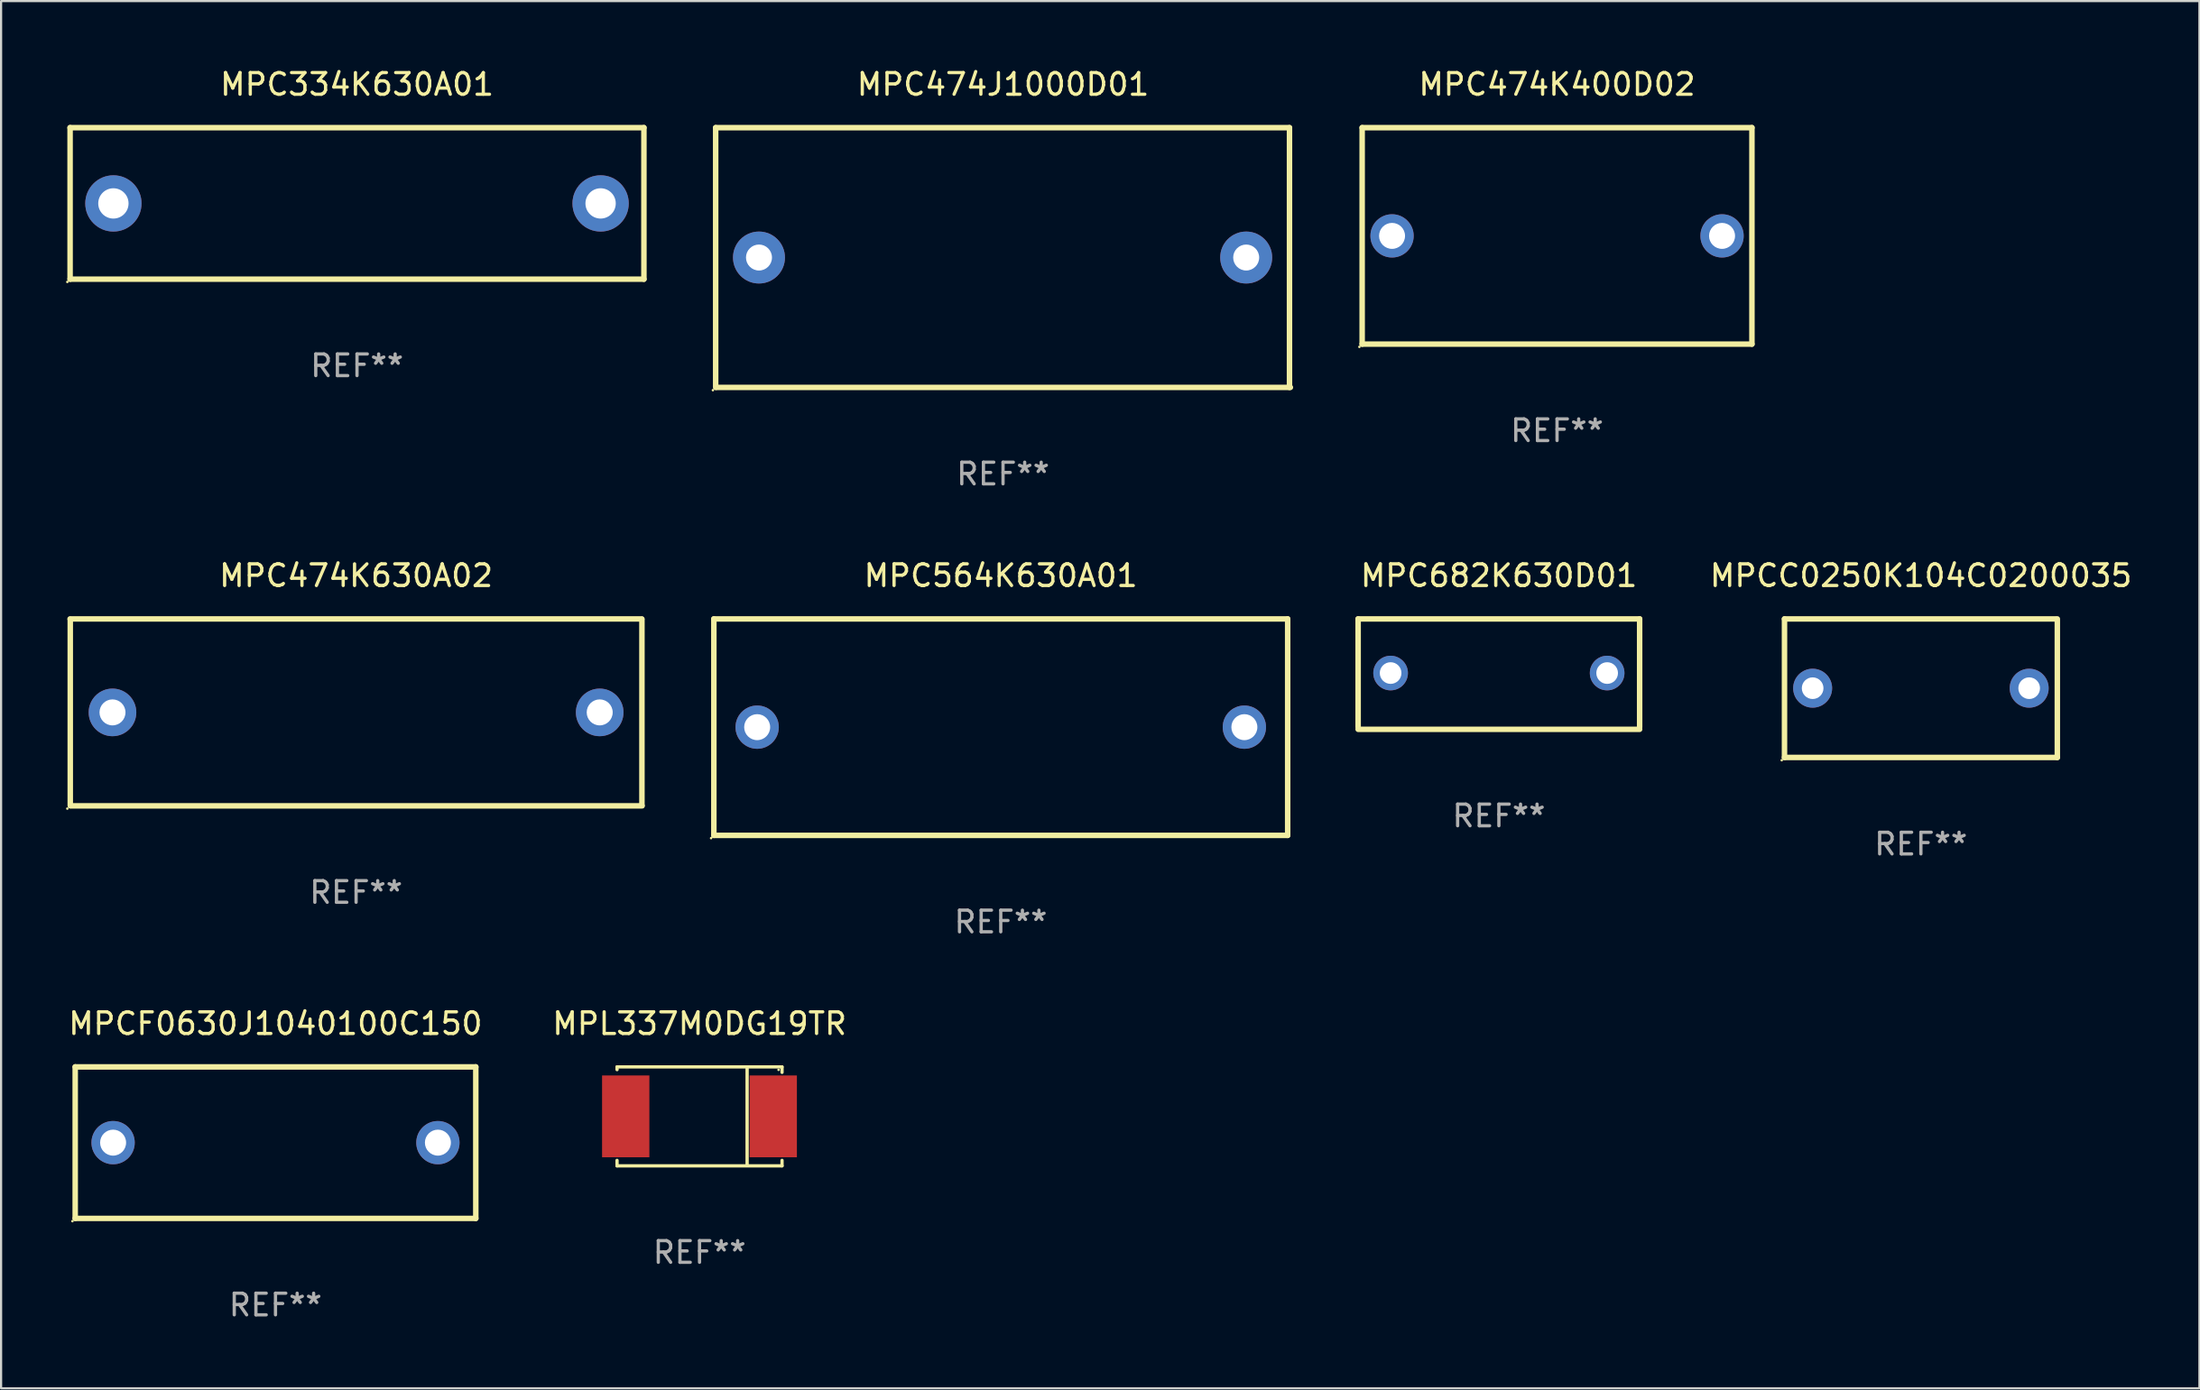
<source format=kicad_pcb>
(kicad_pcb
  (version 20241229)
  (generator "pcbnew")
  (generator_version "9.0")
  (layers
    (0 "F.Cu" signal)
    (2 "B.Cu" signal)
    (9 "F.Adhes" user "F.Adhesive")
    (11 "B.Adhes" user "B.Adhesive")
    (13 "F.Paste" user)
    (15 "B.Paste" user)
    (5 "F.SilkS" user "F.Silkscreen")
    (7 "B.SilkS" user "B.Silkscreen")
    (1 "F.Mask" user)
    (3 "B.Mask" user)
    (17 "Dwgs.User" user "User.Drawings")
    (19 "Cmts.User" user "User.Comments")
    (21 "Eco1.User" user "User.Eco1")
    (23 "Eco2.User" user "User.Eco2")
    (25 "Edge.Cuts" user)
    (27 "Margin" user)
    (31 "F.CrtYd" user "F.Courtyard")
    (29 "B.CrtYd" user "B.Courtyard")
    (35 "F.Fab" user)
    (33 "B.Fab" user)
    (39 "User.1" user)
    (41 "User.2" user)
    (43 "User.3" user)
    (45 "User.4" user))
  (footprint "MPC564K630A01"
    (layer "F.Cu")
    (at 43.167 30.545)
    (property "Reference" "MPC564K630A01" (at 0 -7 0) (layer "F.SilkS") (effects (font (size 1 1) (thickness 0.15))))
    (attr through_hole)
    (fp_line (start -13.25 -5) (end 13.25 -5) (stroke (width 0.254) (type solid)) (layer "F.SilkS"))
    (fp_line (start -13.25 5) (end -13.25 -5) (stroke (width 0.254) (type solid)) (layer "F.SilkS"))
    (fp_line (start 13.25 -5) (end 13.25 5) (stroke (width 0.254) (type solid)) (layer "F.SilkS"))
    (fp_line (start 13.25 5) (end -13.25 5) (stroke (width 0.254) (type solid)) (layer "F.SilkS"))
    (fp_circle (center -13.377 5.127) (end -13.347 5.127) (stroke (width 0.06) (type solid)) (fill no) (layer "F.SilkS"))
    (fp_text user "REF**" (at 0 9 0) (layer "F.Fab") (effects (font (size 1 1) (thickness 0.15))))
    (pad "1" thru_hole circle (at -11.25 0) (size 2 2) (drill 1.2) (layers "*.Cu" "*.Mask"))
    (pad "2" thru_hole circle (at 11.25 0) (size 2 2) (drill 1.2) (layers "*.Cu" "*.Mask")))
  (footprint "MPL337M0DG19TR"
    (layer "F.Cu")
    (at 29.256 48.527)
    (property "Reference" "MPL337M0DG19TR" (at 0 -4.286 0) (layer "F.SilkS") (effects (font (size 1 1) (thickness 0.15))))
    (attr through_hole)
    (fp_line (start -3.81 -2.286) (end -3.81 -2.159) (stroke (width 0.15) (type solid)) (layer "F.SilkS"))
    (fp_line (start -3.81 2.032) (end -3.81 2.286) (stroke (width 0.15) (type solid)) (layer "F.SilkS"))
    (fp_line (start -3.81 2.286) (end 3.81 2.286) (stroke (width 0.15) (type solid)) (layer "F.SilkS"))
    (fp_line (start 2.197 -2.226) (end 2.197 2.226) (stroke (width 0.152) (type solid)) (layer "F.SilkS"))
    (fp_line (start 3.81 -2.286) (end -3.81 -2.286) (stroke (width 0.15) (type solid)) (layer "F.SilkS"))
    (fp_line (start 3.81 -2.032) (end 3.81 -2.286) (stroke (width 0.15) (type solid)) (layer "F.SilkS"))
    (fp_line (start 3.81 2.286) (end 3.81 2.032) (stroke (width 0.15) (type solid)) (layer "F.SilkS"))
    (fp_circle (center 3.65 -2.15) (end 3.68 -2.15) (stroke (width 0.06) (type solid)) (fill no) (layer "F.SilkS"))
    (fp_text user "REF**" (at 0 6.286 0) (layer "F.Fab") (effects (font (size 1 1) (thickness 0.15))))
    (pad "1" smd rect (at 3.404 0 180) (size 2.185 3.78) (layers "F.Cu" "F.Mask" "F.Paste"))
    (pad "2" smd rect (at -3.409 0 180) (size 2.185 3.78) (layers "F.Cu" "F.Mask" "F.Paste")))
  (footprint "MPC474J1000D01"
    (layer "F.Cu")
    (at 43.272 8.848)
    (property "Reference" "MPC474J1000D01" (at 0 -8 0) (layer "F.SilkS") (effects (font (size 1 1) (thickness 0.15))))
    (attr through_hole)
    (fp_line (start -13.271 -6) (end 13.229 -6) (stroke (width 0.254) (type solid)) (layer "F.SilkS"))
    (fp_line (start -13.271 6) (end -13.271 -6) (stroke (width 0.254) (type solid)) (layer "F.SilkS"))
    (fp_line (start 13.229 -6) (end 13.229 6) (stroke (width 0.254) (type solid)) (layer "F.SilkS"))
    (fp_line (start 13.271 6) (end -13.229 6) (stroke (width 0.254) (type solid)) (layer "F.SilkS"))
    (fp_circle (center -13.398 6.127) (end -13.368 6.127) (stroke (width 0.06) (type solid)) (fill no) (layer "F.SilkS"))
    (fp_text user "REF**" (at 0 10 0) (layer "F.Fab") (effects (font (size 1 1) (thickness 0.15))))
    (pad "1" thru_hole circle (at -11.271 0) (size 2.4 2.4) (drill 1.2) (layers "*.Cu" "*.Mask"))
    (pad "2" thru_hole circle (at 11.229 0) (size 2.4 2.4) (drill 1.2) (layers "*.Cu" "*.Mask")))
  (footprint "MPC474K630A02"
    (layer "F.Cu")
    (at 13.395 29.863)
    (property "Reference" "MPC474K630A02" (at 0 -6.318 0) (layer "F.SilkS") (effects (font (size 1 1) (thickness 0.15))))
    (attr through_hole)
    (fp_line (start -13.208 -4.318) (end 13.193 -4.318) (stroke (width 0.254) (type solid)) (layer "F.SilkS"))
    (fp_line (start -13.2 4.3) (end -13.2 -4.3) (stroke (width 0.254) (type solid)) (layer "F.SilkS"))
    (fp_line (start 13.2 -4.3) (end 13.2 4.3) (stroke (width 0.254) (type solid)) (layer "F.SilkS"))
    (fp_line (start 13.208 4.318) (end -13.193 4.318) (stroke (width 0.254) (type solid)) (layer "F.SilkS"))
    (fp_circle (center -13.335 4.445) (end -13.305 4.445) (stroke (width 0.06) (type solid)) (fill no) (layer "F.SilkS"))
    (fp_text user "REF**" (at 0 8.318 0) (layer "F.Fab") (effects (font (size 1 1) (thickness 0.15))))
    (pad "1" thru_hole circle (at -11.25 0) (size 2.2 2.2) (drill 1.2) (layers "*.Cu" "*.Mask"))
    (pad "2" thru_hole circle (at 11.25 0) (size 2.2 2.2) (drill 1.2) (layers "*.Cu" "*.Mask")))
  (footprint "MPC334K630A01"
    (layer "F.Cu")
    (at 13.437 6.348)
    (property "Reference" "MPC334K630A01" (at 0 -5.5 0) (layer "F.SilkS") (effects (font (size 1 1) (thickness 0.15))))
    (attr through_hole)
    (fp_line (start -13.25 -3.5) (end 13.25 -3.5) (stroke (width 0.254) (type solid)) (layer "F.SilkS"))
    (fp_line (start -13.25 3.5) (end -13.25 -3.5) (stroke (width 0.254) (type solid)) (layer "F.SilkS"))
    (fp_line (start 13.25 -3.5) (end 13.25 3.5) (stroke (width 0.254) (type solid)) (layer "F.SilkS"))
    (fp_line (start 13.25 3.5) (end -13.25 3.5) (stroke (width 0.254) (type solid)) (layer "F.SilkS"))
    (fp_circle (center -13.377 3.627) (end -13.347 3.627) (stroke (width 0.06) (type solid)) (fill no) (layer "F.SilkS"))
    (fp_text user "REF**" (at 0 7.5 0) (layer "F.Fab") (effects (font (size 1 1) (thickness 0.15))))
    (pad "1" thru_hole circle (at -11.25 0) (size 2.6 2.6) (drill 1.4) (layers "*.Cu" "*.Mask"))
    (pad "2" thru_hole circle (at 11.25 0) (size 2.6 2.6) (drill 1.4) (layers "*.Cu" "*.Mask")))
  (footprint "MPCC0250K104C0200035"
    (layer "F.Cu")
    (at 85.661 28.745)
    (property "Reference" "MPCC0250K104C0200035" (at 0 -5.2 0) (layer "F.SilkS") (effects (font (size 1 1) (thickness 0.15))))
    (attr through_hole)
    (fp_line (start -6.3 3.2) (end 6.3 3.2) (stroke (width 0.254) (type solid)) (layer "F.SilkS"))
    (fp_line (start -6.3 -3.2) (end -6.3 3.2) (stroke (width 0.254) (type solid)) (layer "F.SilkS"))
    (fp_line (start -6.3 -3.2) (end 6.223 -3.2) (stroke (width 0.254) (type solid)) (layer "F.SilkS"))
    (fp_line (start 6.3 -3.2) (end 6.3 3.2) (stroke (width 0.254) (type solid)) (layer "F.SilkS"))
    (fp_circle (center -6.427 3.327) (end -6.397 3.327) (stroke (width 0.06) (type solid)) (fill no) (layer "F.SilkS"))
    (fp_text user "REF**" (at 0 7.2 0) (layer "F.Fab") (effects (font (size 1 1) (thickness 0.15))))
    (pad "1" thru_hole circle (at -5 0) (size 1.8 1.8) (drill 1) (layers "*.Cu" "*.Mask"))
    (pad "2" thru_hole circle (at 5 0) (size 1.8 1.8) (drill 1) (layers "*.Cu" "*.Mask")))
  (footprint "MPC682K630D01"
    (layer "F.Cu")
    (at 66.171 28.095)
    (property "Reference" "MPC682K630D01" (at 0 -4.55 0) (layer "F.SilkS") (effects (font (size 1 1) (thickness 0.15))))
    (attr through_hole)
    (fp_line (start -6.5 -2.55) (end 6.5 -2.55) (stroke (width 0.254) (type solid)) (layer "F.SilkS"))
    (fp_line (start -6.5 2.45) (end -6.5 -2.55) (stroke (width 0.254) (type solid)) (layer "F.SilkS"))
    (fp_line (start 6.5 -2.55) (end 6.5 2.45) (stroke (width 0.254) (type solid)) (layer "F.SilkS"))
    (fp_line (start 6.5 2.55) (end -6.5 2.55) (stroke (width 0.254) (type solid)) (layer "F.SilkS"))
    (fp_circle (center -6.5 2.45) (end -6.47 2.45) (stroke (width 0.06) (type solid)) (fill no) (layer "F.SilkS"))
    (fp_text user "REF**" (at 0 6.55 0) (layer "F.Fab") (effects (font (size 1 1) (thickness 0.15))))
    (pad "1" thru_hole circle (at -5 -0.05) (size 1.6 1.6) (drill 1) (layers "*.Cu" "*.Mask"))
    (pad "2" thru_hole circle (at 5 -0.05) (size 1.6 1.6) (drill 1) (layers "*.Cu" "*.Mask")))
  (footprint "MPCF0630J1040100C150"
    (layer "F.Cu")
    (at 9.673 49.741)
    (property "Reference" "MPCF0630J1040100C150" (at 0 -5.5 0) (layer "F.SilkS") (effects (font (size 1 1) (thickness 0.15))))
    (attr through_hole)
    (fp_line (start -9.25 -3.5) (end 9.25 -3.5) (stroke (width 0.254) (type solid)) (layer "F.SilkS"))
    (fp_line (start -9.25 3.5) (end -9.25 -3.5) (stroke (width 0.254) (type solid)) (layer "F.SilkS"))
    (fp_line (start 9.25 -3.5) (end 9.25 3.5) (stroke (width 0.254) (type solid)) (layer "F.SilkS"))
    (fp_line (start 9.25 3.5) (end -9.25 3.5) (stroke (width 0.254) (type solid)) (layer "F.SilkS"))
    (fp_circle (center -9.377 3.627) (end -9.347 3.627) (stroke (width 0.06) (type solid)) (fill no) (layer "F.SilkS"))
    (fp_text user "REF**" (at 0 7.5 0) (layer "F.Fab") (effects (font (size 1 1) (thickness 0.15))))
    (pad "1" thru_hole circle (at -7.5 0) (size 2 2) (drill 1.2) (layers "*.Cu" "*.Mask"))
    (pad "2" thru_hole circle (at 7.5 0) (size 2 2) (drill 1.2) (layers "*.Cu" "*.Mask")))
  (footprint "MPC474K400D02"
    (layer "F.Cu")
    (at 68.857 7.848)
    (property "Reference" "MPC474K400D02" (at 0 -7 0) (layer "F.SilkS") (effects (font (size 1 1) (thickness 0.15))))
    (attr through_hole)
    (fp_line (start -9 -5) (end 9 -5) (stroke (width 0.254) (type solid)) (layer "F.SilkS"))
    (fp_line (start -9 5) (end -9 -5) (stroke (width 0.254) (type solid)) (layer "F.SilkS"))
    (fp_line (start 9 -5) (end 9 5) (stroke (width 0.254) (type solid)) (layer "F.SilkS"))
    (fp_line (start 9 5) (end -9 5) (stroke (width 0.254) (type solid)) (layer "F.SilkS"))
    (fp_circle (center -9.127 5.127) (end -9.097 5.127) (stroke (width 0.06) (type solid)) (fill no) (layer "F.SilkS"))
    (fp_text user "REF**" (at 0 9 0) (layer "F.Fab") (effects (font (size 1 1) (thickness 0.15))))
    (pad "1" thru_hole circle (at -7.62 0) (size 2 2) (drill 1.2) (layers "*.Cu" "*.Mask"))
    (pad "2" thru_hole circle (at 7.62 0) (size 2 2) (drill 1.2) (layers "*.Cu" "*.Mask")))
  (gr_rect
    (start -3 -3)
    (end 98.524 61.09)
    (stroke (width 0.1) (type default))
    (fill no)
    (layer "Edge.Cuts")))
</source>
